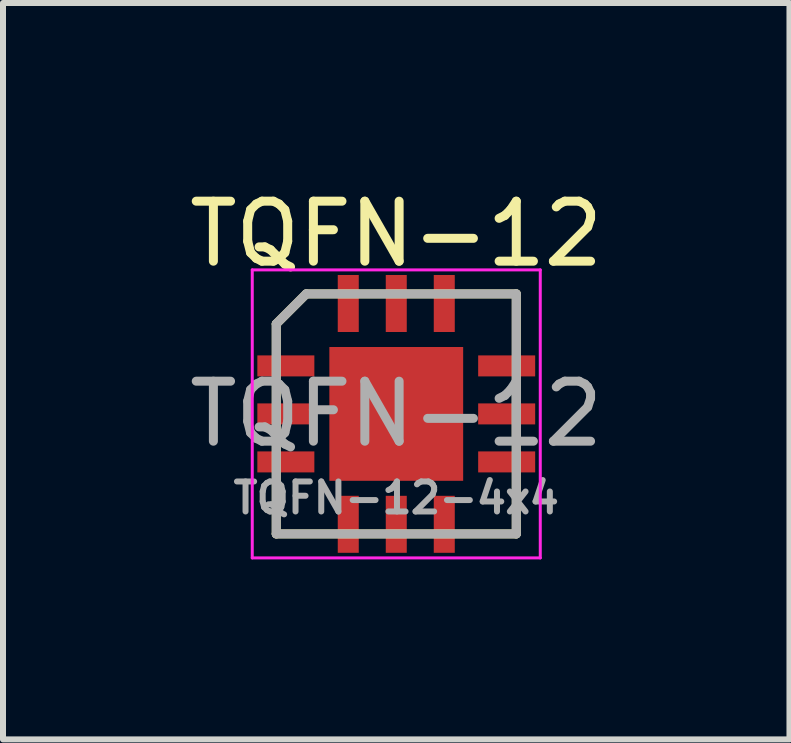
<source format=kicad_pcb>
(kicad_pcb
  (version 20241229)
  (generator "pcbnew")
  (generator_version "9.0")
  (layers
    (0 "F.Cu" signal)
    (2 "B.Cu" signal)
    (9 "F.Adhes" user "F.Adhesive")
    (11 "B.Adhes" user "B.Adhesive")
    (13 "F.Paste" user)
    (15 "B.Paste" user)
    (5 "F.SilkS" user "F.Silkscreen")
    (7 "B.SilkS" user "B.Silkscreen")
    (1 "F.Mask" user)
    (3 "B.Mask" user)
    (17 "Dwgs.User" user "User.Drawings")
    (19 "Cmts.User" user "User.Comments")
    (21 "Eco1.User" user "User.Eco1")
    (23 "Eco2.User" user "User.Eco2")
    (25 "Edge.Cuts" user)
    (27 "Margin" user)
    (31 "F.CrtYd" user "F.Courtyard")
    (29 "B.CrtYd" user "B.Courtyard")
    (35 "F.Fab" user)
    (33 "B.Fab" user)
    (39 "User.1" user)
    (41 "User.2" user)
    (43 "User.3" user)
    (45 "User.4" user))
  (footprint "TQFN-12"
    (layer "F.Cu")
    (at 3.554 3.848)
    (property "Reference" "TQFN-12" (at 0 -3 0) (layer "F.SilkS") (effects (font (size 1 1) (thickness 0.15))))
    (property "Value" "TQFN-12-4x4" (at 0 3.2 0) (layer "Eco2.User") (hide yes) (effects (font (size 1 1) (thickness 0.15))))
    (attr through_hole)
    (fp_line (start -2 -1.5) (end -2 2) (stroke (width 0.15) (type solid)) (layer "F.SilkS"))
    (fp_line (start -2 2) (end 2 2) (stroke (width 0.15) (type solid)) (layer "F.SilkS"))
    (fp_line (start -1.5 -2) (end -2 -1.5) (stroke (width 0.15) (type solid)) (layer "F.SilkS"))
    (fp_line (start 2 -2) (end -1.5 -2) (stroke (width 0.15) (type solid)) (layer "F.SilkS"))
    (fp_line (start 2 2) (end 2 -2) (stroke (width 0.15) (type solid)) (layer "F.SilkS"))
    (fp_line (start -2.4 -2.4) (end -2.4 2.4) (stroke (width 0.05) (type solid)) (layer "F.CrtYd"))
    (fp_line (start -2.4 2.4) (end 2.4 2.4) (stroke (width 0.05) (type solid)) (layer "F.CrtYd"))
    (fp_line (start 2.4 -2.4) (end -2.4 -2.4) (stroke (width 0.05) (type solid)) (layer "F.CrtYd"))
    (fp_line (start 2.4 2.4) (end 2.4 -2.4) (stroke (width 0.05) (type solid)) (layer "F.CrtYd"))
    (fp_line (start -2 -1.5) (end -2 2) (stroke (width 0.15) (type solid)) (layer "F.Fab"))
    (fp_line (start -2 2) (end 2 2) (stroke (width 0.15) (type solid)) (layer "F.Fab"))
    (fp_line (start -1.5 -2) (end -2 -1.5) (stroke (width 0.15) (type solid)) (layer "F.Fab"))
    (fp_line (start 2 -2) (end -1.5 -2) (stroke (width 0.15) (type solid)) (layer "F.Fab"))
    (fp_line (start 2 2) (end 2 -2) (stroke (width 0.15) (type solid)) (layer "F.Fab"))
    (fp_text user "${REFERENCE}" (at 0 0 0) (layer "F.Fab") (effects (font (size 1 1) (thickness 0.15))))
    (fp_text user "${VALUE}" (at 0 1.4 0) (layer "F.Fab") (effects (font (size 0.5 0.5) (thickness 0.1))))
    (pad "1" smd rect (at -1.84 -0.8 90) (size 0.35 0.95) (layers "F.Cu" "F.Mask" "F.Paste"))
    (pad "2" smd rect (at -1.84 0 90) (size 0.35 0.95) (layers "F.Cu" "F.Mask" "F.Paste"))
    (pad "3" smd rect (at -1.84 0.8 90) (size 0.35 0.95) (layers "F.Cu" "F.Mask" "F.Paste"))
    (pad "4" smd rect (at -0.8 1.84) (size 0.35 0.95) (layers "F.Cu" "F.Mask" "F.Paste"))
    (pad "5" smd rect (at 0 1.84) (size 0.35 0.95) (layers "F.Cu" "F.Mask" "F.Paste"))
    (pad "6" smd rect (at 0.8 1.84) (size 0.35 0.95) (layers "F.Cu" "F.Mask" "F.Paste"))
    (pad "7" smd rect (at 1.84 0.8 90) (size 0.35 0.95) (layers "F.Cu" "F.Mask" "F.Paste"))
    (pad "8" smd rect (at 1.84 0 90) (size 0.35 0.95) (layers "F.Cu" "F.Mask" "F.Paste"))
    (pad "9" smd rect (at 1.84 -0.8 90) (size 0.35 0.95) (layers "F.Cu" "F.Mask" "F.Paste"))
    (pad "10" smd rect (at 0.8 -1.84) (size 0.35 0.95) (layers "F.Cu" "F.Mask" "F.Paste"))
    (pad "11" smd rect (at 0 -1.84) (size 0.35 0.95) (layers "F.Cu" "F.Mask" "F.Paste"))
    (pad "12" smd rect (at -0.8 -1.84) (size 0.35 0.95) (layers "F.Cu" "F.Mask" "F.Paste"))
    (pad "13" smd rect (at 0 0) (size 2.23 2.23) (layers "F.Cu" "F.Mask" "F.Paste")))
  (gr_rect
    (start -3 -3)
    (end 10.107 9.273)
    (stroke (width 0.1) (type default))
    (fill no)
    (layer "Edge.Cuts")))
</source>
